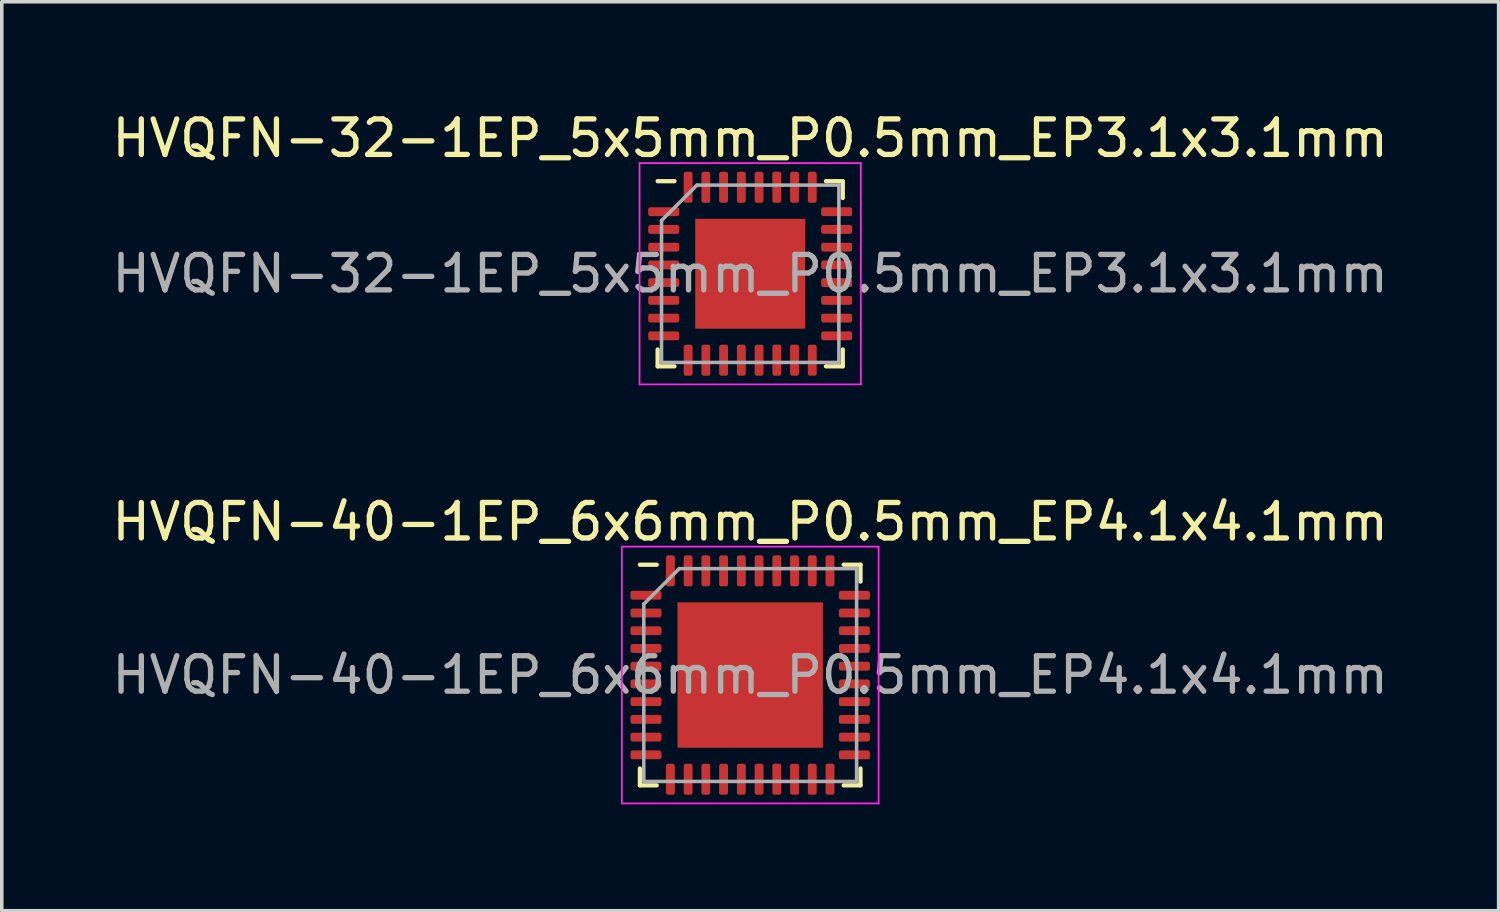
<source format=kicad_pcb>
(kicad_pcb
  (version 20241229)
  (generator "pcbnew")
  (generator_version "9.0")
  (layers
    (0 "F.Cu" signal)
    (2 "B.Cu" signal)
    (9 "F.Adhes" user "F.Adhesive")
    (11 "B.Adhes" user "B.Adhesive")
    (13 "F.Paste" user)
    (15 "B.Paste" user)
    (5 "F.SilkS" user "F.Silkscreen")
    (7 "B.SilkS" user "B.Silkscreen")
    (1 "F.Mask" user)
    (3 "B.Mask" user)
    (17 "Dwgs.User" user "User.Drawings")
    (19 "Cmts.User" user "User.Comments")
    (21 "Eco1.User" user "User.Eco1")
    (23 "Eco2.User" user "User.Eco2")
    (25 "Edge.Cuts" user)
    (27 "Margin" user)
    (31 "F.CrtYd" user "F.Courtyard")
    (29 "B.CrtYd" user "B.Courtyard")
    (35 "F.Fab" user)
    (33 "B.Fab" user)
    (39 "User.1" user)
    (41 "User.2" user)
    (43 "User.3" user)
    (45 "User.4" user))
  (footprint "HVQFN-40-1EP_6x6mm_P0.5mm_EP4.1x4.1mm"
    (layer "F.Cu")
    (at 18.101 15.982)
    (property "Reference" "HVQFN-40-1EP_6x6mm_P0.5mm_EP4.1x4.1mm" (at 0 -4.32 0) (layer "F.SilkS") (effects (font (size 1 1) (thickness 0.15))))
    (attr smd)
    (fp_line (start -3.11 3.11) (end -3.11 2.635) (stroke (width 0.12) (type solid)) (layer "F.SilkS"))
    (fp_line (start -2.635 -3.11) (end -3.11 -3.11) (stroke (width 0.12) (type solid)) (layer "F.SilkS"))
    (fp_line (start -2.635 3.11) (end -3.11 3.11) (stroke (width 0.12) (type solid)) (layer "F.SilkS"))
    (fp_line (start 2.635 -3.11) (end 3.11 -3.11) (stroke (width 0.12) (type solid)) (layer "F.SilkS"))
    (fp_line (start 2.635 3.11) (end 3.11 3.11) (stroke (width 0.12) (type solid)) (layer "F.SilkS"))
    (fp_line (start 3.11 -3.11) (end 3.11 -2.635) (stroke (width 0.12) (type solid)) (layer "F.SilkS"))
    (fp_line (start 3.11 3.11) (end 3.11 2.635) (stroke (width 0.12) (type solid)) (layer "F.SilkS"))
    (fp_line (start -3.62 -3.62) (end -3.62 3.62) (stroke (width 0.05) (type solid)) (layer "F.CrtYd"))
    (fp_line (start -3.62 3.62) (end 3.62 3.62) (stroke (width 0.05) (type solid)) (layer "F.CrtYd"))
    (fp_line (start 3.62 -3.62) (end -3.62 -3.62) (stroke (width 0.05) (type solid)) (layer "F.CrtYd"))
    (fp_line (start 3.62 3.62) (end 3.62 -3.62) (stroke (width 0.05) (type solid)) (layer "F.CrtYd"))
    (fp_line (start -3 -2) (end -2 -3) (stroke (width 0.1) (type solid)) (layer "F.Fab"))
    (fp_line (start -3 3) (end -3 -2) (stroke (width 0.1) (type solid)) (layer "F.Fab"))
    (fp_line (start -2 -3) (end 3 -3) (stroke (width 0.1) (type solid)) (layer "F.Fab"))
    (fp_line (start 3 -3) (end 3 3) (stroke (width 0.1) (type solid)) (layer "F.Fab"))
    (fp_line (start 3 3) (end -3 3) (stroke (width 0.1) (type solid)) (layer "F.Fab"))
    (fp_text user "${REFERENCE}" (at 0 0 0) (layer "F.Fab") (effects (font (size 1 1) (thickness 0.15))))
    (pad "" smd roundrect (at -1.37 -1.37) (size 1.1 1.1) (layers "F.Paste") (roundrect_rratio 0.227))
    (pad "" smd roundrect (at -1.37 0) (size 1.1 1.1) (layers "F.Paste") (roundrect_rratio 0.227))
    (pad "" smd roundrect (at -1.37 1.37) (size 1.1 1.1) (layers "F.Paste") (roundrect_rratio 0.227))
    (pad "" smd roundrect (at 0 -1.37) (size 1.1 1.1) (layers "F.Paste") (roundrect_rratio 0.227))
    (pad "" smd roundrect (at 0 0) (size 1.1 1.1) (layers "F.Paste") (roundrect_rratio 0.227))
    (pad "" smd roundrect (at 0 1.37) (size 1.1 1.1) (layers "F.Paste") (roundrect_rratio 0.227))
    (pad "" smd roundrect (at 1.37 -1.37) (size 1.1 1.1) (layers "F.Paste") (roundrect_rratio 0.227))
    (pad "" smd roundrect (at 1.37 0) (size 1.1 1.1) (layers "F.Paste") (roundrect_rratio 0.227))
    (pad "" smd roundrect (at 1.37 1.37) (size 1.1 1.1) (layers "F.Paste") (roundrect_rratio 0.227))
    (pad "1" smd roundrect (at -2.938 -2.25) (size 0.875 0.25) (layers "F.Cu" "F.Mask" "F.Paste") (roundrect_rratio 0.25))
    (pad "2" smd roundrect (at -2.938 -1.75) (size 0.875 0.25) (layers "F.Cu" "F.Mask" "F.Paste") (roundrect_rratio 0.25))
    (pad "3" smd roundrect (at -2.938 -1.25) (size 0.875 0.25) (layers "F.Cu" "F.Mask" "F.Paste") (roundrect_rratio 0.25))
    (pad "4" smd roundrect (at -2.938 -0.75) (size 0.875 0.25) (layers "F.Cu" "F.Mask" "F.Paste") (roundrect_rratio 0.25))
    (pad "5" smd roundrect (at -2.938 -0.25) (size 0.875 0.25) (layers "F.Cu" "F.Mask" "F.Paste") (roundrect_rratio 0.25))
    (pad "6" smd roundrect (at -2.938 0.25) (size 0.875 0.25) (layers "F.Cu" "F.Mask" "F.Paste") (roundrect_rratio 0.25))
    (pad "7" smd roundrect (at -2.938 0.75) (size 0.875 0.25) (layers "F.Cu" "F.Mask" "F.Paste") (roundrect_rratio 0.25))
    (pad "8" smd roundrect (at -2.938 1.25) (size 0.875 0.25) (layers "F.Cu" "F.Mask" "F.Paste") (roundrect_rratio 0.25))
    (pad "9" smd roundrect (at -2.938 1.75) (size 0.875 0.25) (layers "F.Cu" "F.Mask" "F.Paste") (roundrect_rratio 0.25))
    (pad "10" smd roundrect (at -2.938 2.25) (size 0.875 0.25) (layers "F.Cu" "F.Mask" "F.Paste") (roundrect_rratio 0.25))
    (pad "11" smd roundrect (at -2.25 2.938) (size 0.25 0.875) (layers "F.Cu" "F.Mask" "F.Paste") (roundrect_rratio 0.25))
    (pad "12" smd roundrect (at -1.75 2.938) (size 0.25 0.875) (layers "F.Cu" "F.Mask" "F.Paste") (roundrect_rratio 0.25))
    (pad "13" smd roundrect (at -1.25 2.938) (size 0.25 0.875) (layers "F.Cu" "F.Mask" "F.Paste") (roundrect_rratio 0.25))
    (pad "14" smd roundrect (at -0.75 2.938) (size 0.25 0.875) (layers "F.Cu" "F.Mask" "F.Paste") (roundrect_rratio 0.25))
    (pad "15" smd roundrect (at -0.25 2.938) (size 0.25 0.875) (layers "F.Cu" "F.Mask" "F.Paste") (roundrect_rratio 0.25))
    (pad "16" smd roundrect (at 0.25 2.938) (size 0.25 0.875) (layers "F.Cu" "F.Mask" "F.Paste") (roundrect_rratio 0.25))
    (pad "17" smd roundrect (at 0.75 2.938) (size 0.25 0.875) (layers "F.Cu" "F.Mask" "F.Paste") (roundrect_rratio 0.25))
    (pad "18" smd roundrect (at 1.25 2.938) (size 0.25 0.875) (layers "F.Cu" "F.Mask" "F.Paste") (roundrect_rratio 0.25))
    (pad "19" smd roundrect (at 1.75 2.938) (size 0.25 0.875) (layers "F.Cu" "F.Mask" "F.Paste") (roundrect_rratio 0.25))
    (pad "20" smd roundrect (at 2.25 2.938) (size 0.25 0.875) (layers "F.Cu" "F.Mask" "F.Paste") (roundrect_rratio 0.25))
    (pad "21" smd roundrect (at 2.938 2.25) (size 0.875 0.25) (layers "F.Cu" "F.Mask" "F.Paste") (roundrect_rratio 0.25))
    (pad "22" smd roundrect (at 2.938 1.75) (size 0.875 0.25) (layers "F.Cu" "F.Mask" "F.Paste") (roundrect_rratio 0.25))
    (pad "23" smd roundrect (at 2.938 1.25) (size 0.875 0.25) (layers "F.Cu" "F.Mask" "F.Paste") (roundrect_rratio 0.25))
    (pad "24" smd roundrect (at 2.938 0.75) (size 0.875 0.25) (layers "F.Cu" "F.Mask" "F.Paste") (roundrect_rratio 0.25))
    (pad "25" smd roundrect (at 2.938 0.25) (size 0.875 0.25) (layers "F.Cu" "F.Mask" "F.Paste") (roundrect_rratio 0.25))
    (pad "26" smd roundrect (at 2.938 -0.25) (size 0.875 0.25) (layers "F.Cu" "F.Mask" "F.Paste") (roundrect_rratio 0.25))
    (pad "27" smd roundrect (at 2.938 -0.75) (size 0.875 0.25) (layers "F.Cu" "F.Mask" "F.Paste") (roundrect_rratio 0.25))
    (pad "28" smd roundrect (at 2.938 -1.25) (size 0.875 0.25) (layers "F.Cu" "F.Mask" "F.Paste") (roundrect_rratio 0.25))
    (pad "29" smd roundrect (at 2.938 -1.75) (size 0.875 0.25) (layers "F.Cu" "F.Mask" "F.Paste") (roundrect_rratio 0.25))
    (pad "30" smd roundrect (at 2.938 -2.25) (size 0.875 0.25) (layers "F.Cu" "F.Mask" "F.Paste") (roundrect_rratio 0.25))
    (pad "31" smd roundrect (at 2.25 -2.938) (size 0.25 0.875) (layers "F.Cu" "F.Mask" "F.Paste") (roundrect_rratio 0.25))
    (pad "32" smd roundrect (at 1.75 -2.938) (size 0.25 0.875) (layers "F.Cu" "F.Mask" "F.Paste") (roundrect_rratio 0.25))
    (pad "33" smd roundrect (at 1.25 -2.938) (size 0.25 0.875) (layers "F.Cu" "F.Mask" "F.Paste") (roundrect_rratio 0.25))
    (pad "34" smd roundrect (at 0.75 -2.938) (size 0.25 0.875) (layers "F.Cu" "F.Mask" "F.Paste") (roundrect_rratio 0.25))
    (pad "35" smd roundrect (at 0.25 -2.938) (size 0.25 0.875) (layers "F.Cu" "F.Mask" "F.Paste") (roundrect_rratio 0.25))
    (pad "36" smd roundrect (at -0.25 -2.938) (size 0.25 0.875) (layers "F.Cu" "F.Mask" "F.Paste") (roundrect_rratio 0.25))
    (pad "37" smd roundrect (at -0.75 -2.938) (size 0.25 0.875) (layers "F.Cu" "F.Mask" "F.Paste") (roundrect_rratio 0.25))
    (pad "38" smd roundrect (at -1.25 -2.938) (size 0.25 0.875) (layers "F.Cu" "F.Mask" "F.Paste") (roundrect_rratio 0.25))
    (pad "39" smd roundrect (at -1.75 -2.938) (size 0.25 0.875) (layers "F.Cu" "F.Mask" "F.Paste") (roundrect_rratio 0.25))
    (pad "40" smd roundrect (at -2.25 -2.938) (size 0.25 0.875) (layers "F.Cu" "F.Mask" "F.Paste") (roundrect_rratio 0.25))
    (pad "41" smd rect (at 0 0) (size 4.1 4.1) (layers "F.Cu" "F.Mask")))
  (footprint "HVQFN-32-1EP_5x5mm_P0.5mm_EP3.1x3.1mm"
    (layer "F.Cu")
    (at 18.101 4.668)
    (property "Reference" "HVQFN-32-1EP_5x5mm_P0.5mm_EP3.1x3.1mm" (at 0 -3.82 0) (layer "F.SilkS") (effects (font (size 1 1) (thickness 0.15))))
    (attr smd)
    (fp_line (start -2.61 2.61) (end -2.61 2.135) (stroke (width 0.12) (type solid)) (layer "F.SilkS"))
    (fp_line (start -2.135 -2.61) (end -2.61 -2.61) (stroke (width 0.12) (type solid)) (layer "F.SilkS"))
    (fp_line (start -2.135 2.61) (end -2.61 2.61) (stroke (width 0.12) (type solid)) (layer "F.SilkS"))
    (fp_line (start 2.135 -2.61) (end 2.61 -2.61) (stroke (width 0.12) (type solid)) (layer "F.SilkS"))
    (fp_line (start 2.135 2.61) (end 2.61 2.61) (stroke (width 0.12) (type solid)) (layer "F.SilkS"))
    (fp_line (start 2.61 -2.61) (end 2.61 -2.135) (stroke (width 0.12) (type solid)) (layer "F.SilkS"))
    (fp_line (start 2.61 2.61) (end 2.61 2.135) (stroke (width 0.12) (type solid)) (layer "F.SilkS"))
    (fp_line (start -3.12 -3.12) (end -3.12 3.12) (stroke (width 0.05) (type solid)) (layer "F.CrtYd"))
    (fp_line (start -3.12 3.12) (end 3.12 3.12) (stroke (width 0.05) (type solid)) (layer "F.CrtYd"))
    (fp_line (start 3.12 -3.12) (end -3.12 -3.12) (stroke (width 0.05) (type solid)) (layer "F.CrtYd"))
    (fp_line (start 3.12 3.12) (end 3.12 -3.12) (stroke (width 0.05) (type solid)) (layer "F.CrtYd"))
    (fp_line (start -2.5 -1.5) (end -1.5 -2.5) (stroke (width 0.1) (type solid)) (layer "F.Fab"))
    (fp_line (start -2.5 2.5) (end -2.5 -1.5) (stroke (width 0.1) (type solid)) (layer "F.Fab"))
    (fp_line (start -1.5 -2.5) (end 2.5 -2.5) (stroke (width 0.1) (type solid)) (layer "F.Fab"))
    (fp_line (start 2.5 -2.5) (end 2.5 2.5) (stroke (width 0.1) (type solid)) (layer "F.Fab"))
    (fp_line (start 2.5 2.5) (end -2.5 2.5) (stroke (width 0.1) (type solid)) (layer "F.Fab"))
    (fp_text user "${REFERENCE}" (at 0 0 0) (layer "F.Fab") (effects (font (size 1 1) (thickness 0.15))))
    (pad "" smd roundrect (at -1.03 -1.03) (size 0.83 0.83) (layers "F.Paste") (roundrect_rratio 0.25))
    (pad "" smd roundrect (at -1.03 0) (size 0.83 0.83) (layers "F.Paste") (roundrect_rratio 0.25))
    (pad "" smd roundrect (at -1.03 1.03) (size 0.83 0.83) (layers "F.Paste") (roundrect_rratio 0.25))
    (pad "" smd roundrect (at 0 -1.03) (size 0.83 0.83) (layers "F.Paste") (roundrect_rratio 0.25))
    (pad "" smd roundrect (at 0 0) (size 0.83 0.83) (layers "F.Paste") (roundrect_rratio 0.25))
    (pad "" smd roundrect (at 0 1.03) (size 0.83 0.83) (layers "F.Paste") (roundrect_rratio 0.25))
    (pad "" smd roundrect (at 1.03 -1.03) (size 0.83 0.83) (layers "F.Paste") (roundrect_rratio 0.25))
    (pad "" smd roundrect (at 1.03 0) (size 0.83 0.83) (layers "F.Paste") (roundrect_rratio 0.25))
    (pad "" smd roundrect (at 1.03 1.03) (size 0.83 0.83) (layers "F.Paste") (roundrect_rratio 0.25))
    (pad "1" smd roundrect (at -2.438 -1.75) (size 0.875 0.25) (layers "F.Cu" "F.Mask" "F.Paste") (roundrect_rratio 0.25))
    (pad "2" smd roundrect (at -2.438 -1.25) (size 0.875 0.25) (layers "F.Cu" "F.Mask" "F.Paste") (roundrect_rratio 0.25))
    (pad "3" smd roundrect (at -2.438 -0.75) (size 0.875 0.25) (layers "F.Cu" "F.Mask" "F.Paste") (roundrect_rratio 0.25))
    (pad "4" smd roundrect (at -2.438 -0.25) (size 0.875 0.25) (layers "F.Cu" "F.Mask" "F.Paste") (roundrect_rratio 0.25))
    (pad "5" smd roundrect (at -2.438 0.25) (size 0.875 0.25) (layers "F.Cu" "F.Mask" "F.Paste") (roundrect_rratio 0.25))
    (pad "6" smd roundrect (at -2.438 0.75) (size 0.875 0.25) (layers "F.Cu" "F.Mask" "F.Paste") (roundrect_rratio 0.25))
    (pad "7" smd roundrect (at -2.438 1.25) (size 0.875 0.25) (layers "F.Cu" "F.Mask" "F.Paste") (roundrect_rratio 0.25))
    (pad "8" smd roundrect (at -2.438 1.75) (size 0.875 0.25) (layers "F.Cu" "F.Mask" "F.Paste") (roundrect_rratio 0.25))
    (pad "9" smd roundrect (at -1.75 2.438) (size 0.25 0.875) (layers "F.Cu" "F.Mask" "F.Paste") (roundrect_rratio 0.25))
    (pad "10" smd roundrect (at -1.25 2.438) (size 0.25 0.875) (layers "F.Cu" "F.Mask" "F.Paste") (roundrect_rratio 0.25))
    (pad "11" smd roundrect (at -0.75 2.438) (size 0.25 0.875) (layers "F.Cu" "F.Mask" "F.Paste") (roundrect_rratio 0.25))
    (pad "12" smd roundrect (at -0.25 2.438) (size 0.25 0.875) (layers "F.Cu" "F.Mask" "F.Paste") (roundrect_rratio 0.25))
    (pad "13" smd roundrect (at 0.25 2.438) (size 0.25 0.875) (layers "F.Cu" "F.Mask" "F.Paste") (roundrect_rratio 0.25))
    (pad "14" smd roundrect (at 0.75 2.438) (size 0.25 0.875) (layers "F.Cu" "F.Mask" "F.Paste") (roundrect_rratio 0.25))
    (pad "15" smd roundrect (at 1.25 2.438) (size 0.25 0.875) (layers "F.Cu" "F.Mask" "F.Paste") (roundrect_rratio 0.25))
    (pad "16" smd roundrect (at 1.75 2.438) (size 0.25 0.875) (layers "F.Cu" "F.Mask" "F.Paste") (roundrect_rratio 0.25))
    (pad "17" smd roundrect (at 2.438 1.75) (size 0.875 0.25) (layers "F.Cu" "F.Mask" "F.Paste") (roundrect_rratio 0.25))
    (pad "18" smd roundrect (at 2.438 1.25) (size 0.875 0.25) (layers "F.Cu" "F.Mask" "F.Paste") (roundrect_rratio 0.25))
    (pad "19" smd roundrect (at 2.438 0.75) (size 0.875 0.25) (layers "F.Cu" "F.Mask" "F.Paste") (roundrect_rratio 0.25))
    (pad "20" smd roundrect (at 2.438 0.25) (size 0.875 0.25) (layers "F.Cu" "F.Mask" "F.Paste") (roundrect_rratio 0.25))
    (pad "21" smd roundrect (at 2.438 -0.25) (size 0.875 0.25) (layers "F.Cu" "F.Mask" "F.Paste") (roundrect_rratio 0.25))
    (pad "22" smd roundrect (at 2.438 -0.75) (size 0.875 0.25) (layers "F.Cu" "F.Mask" "F.Paste") (roundrect_rratio 0.25))
    (pad "23" smd roundrect (at 2.438 -1.25) (size 0.875 0.25) (layers "F.Cu" "F.Mask" "F.Paste") (roundrect_rratio 0.25))
    (pad "24" smd roundrect (at 2.438 -1.75) (size 0.875 0.25) (layers "F.Cu" "F.Mask" "F.Paste") (roundrect_rratio 0.25))
    (pad "25" smd roundrect (at 1.75 -2.438) (size 0.25 0.875) (layers "F.Cu" "F.Mask" "F.Paste") (roundrect_rratio 0.25))
    (pad "26" smd roundrect (at 1.25 -2.438) (size 0.25 0.875) (layers "F.Cu" "F.Mask" "F.Paste") (roundrect_rratio 0.25))
    (pad "27" smd roundrect (at 0.75 -2.438) (size 0.25 0.875) (layers "F.Cu" "F.Mask" "F.Paste") (roundrect_rratio 0.25))
    (pad "28" smd roundrect (at 0.25 -2.438) (size 0.25 0.875) (layers "F.Cu" "F.Mask" "F.Paste") (roundrect_rratio 0.25))
    (pad "29" smd roundrect (at -0.25 -2.438) (size 0.25 0.875) (layers "F.Cu" "F.Mask" "F.Paste") (roundrect_rratio 0.25))
    (pad "30" smd roundrect (at -0.75 -2.438) (size 0.25 0.875) (layers "F.Cu" "F.Mask" "F.Paste") (roundrect_rratio 0.25))
    (pad "31" smd roundrect (at -1.25 -2.438) (size 0.25 0.875) (layers "F.Cu" "F.Mask" "F.Paste") (roundrect_rratio 0.25))
    (pad "32" smd roundrect (at -1.75 -2.438) (size 0.25 0.875) (layers "F.Cu" "F.Mask" "F.Paste") (roundrect_rratio 0.25))
    (pad "33" smd rect (at 0 0) (size 3.1 3.1) (layers "F.Cu" "F.Mask")))
  (gr_rect
    (start -3 -3)
    (end 39.202 22.627)
    (stroke (width 0.1) (type default))
    (fill no)
    (layer "Edge.Cuts")))
</source>
